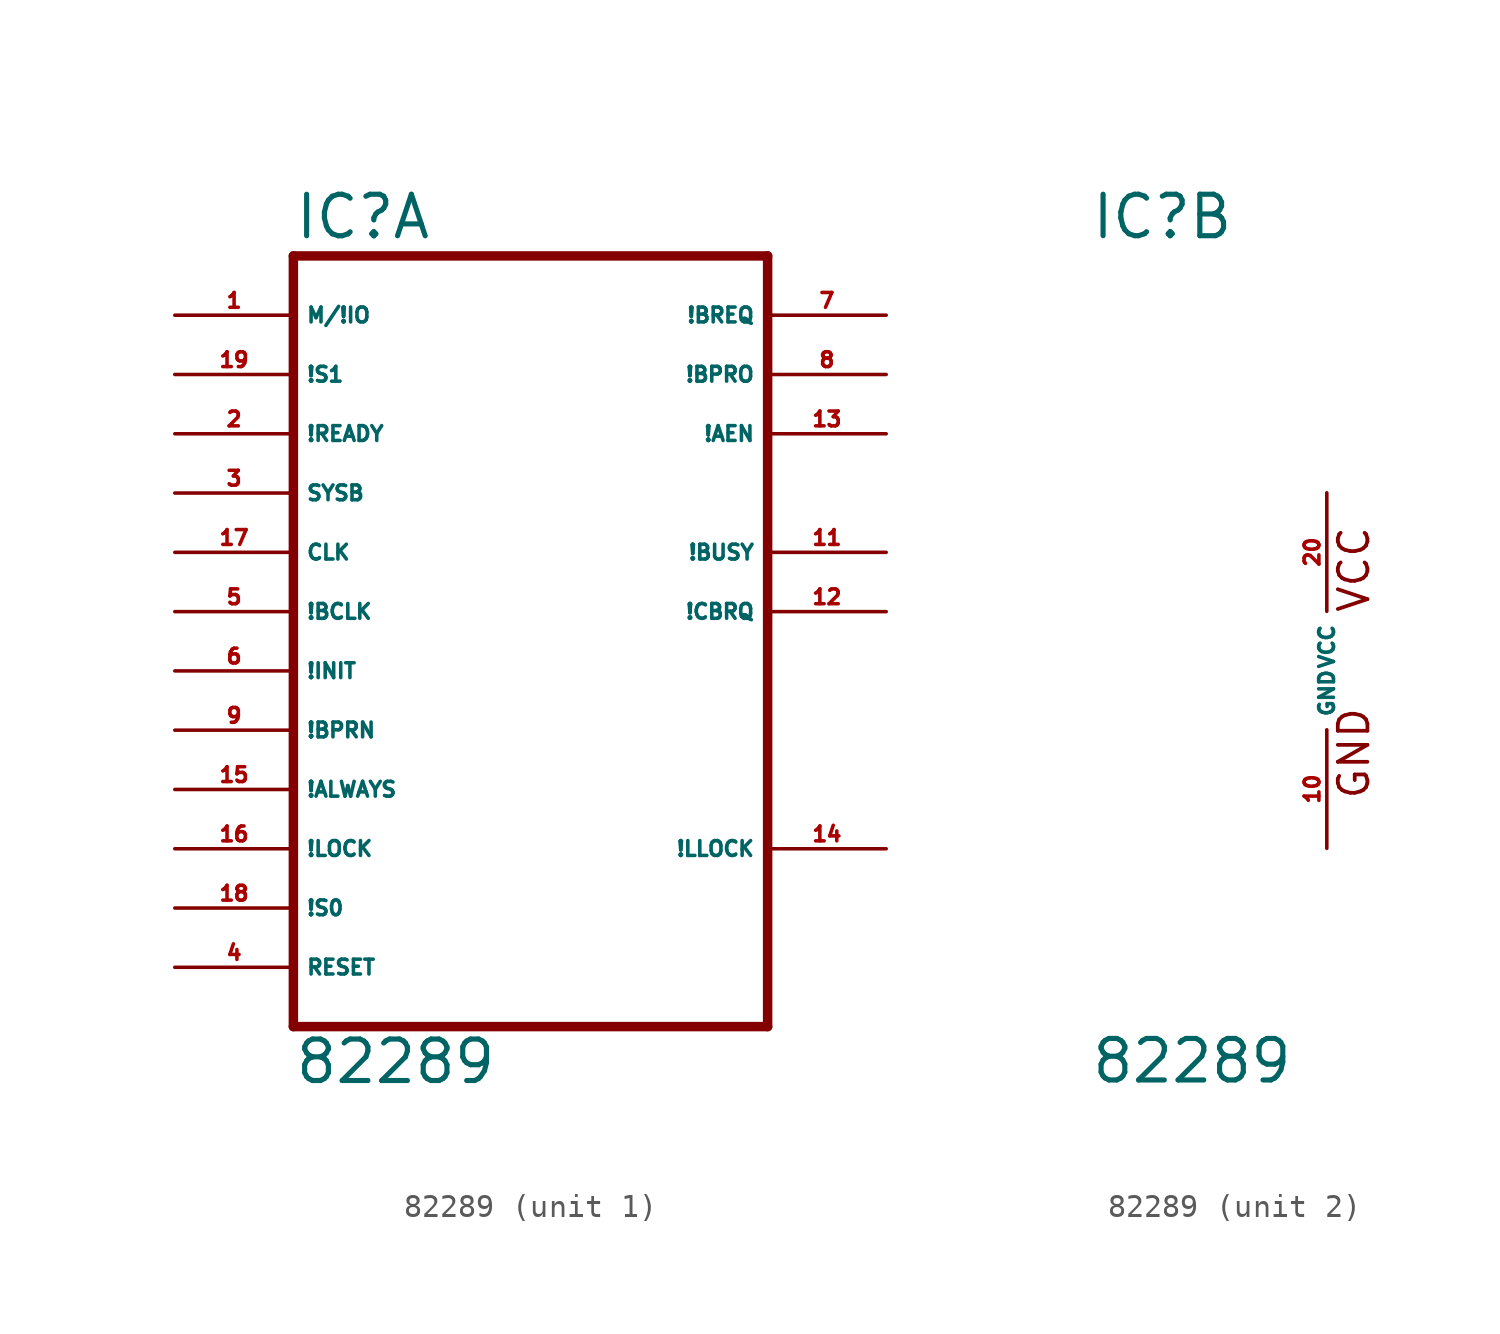
<source format=kicad_sym>
(kicad_symbol_lib
  (version 20220914)
  (generator Eagle2Kicad)
  (symbol "82289"
    (property "Reference" "IC"
      (at -10.16 18.415 0)
      (effects (font (size 1.778 1.778) (thickness 0.22)) (justify left bottom)))
    (property "Value" "82289"
      (at -10.16 -17.78 0)
      (effects (font (size 1.778 1.778) (thickness 0.22)) (justify left bottom)))
    (symbol "82289_1_0"
      (polyline (pts (xy -10.16 -15.24) (xy 10.16 -15.24)) (stroke (width 0.406) (type default)) (fill (type none)))
      (polyline (pts (xy 10.16 -15.24) (xy 10.16 17.78)) (stroke (width 0.406) (type default)) (fill (type none)))
      (polyline (pts (xy 10.16 17.78) (xy -10.16 17.78)) (stroke (width 0.406) (type default)) (fill (type none)))
      (polyline (pts (xy -10.16 17.78) (xy -10.16 -15.24)) (stroke (width 0.406) (type default)) (fill (type none)))
      (pin input line (at -15.24 15.24 0) (length 5.08) (name "M/!IO" (effects (font (size 0.635 0.635) (thickness 0.08)) (justify left bottom))) (number "1" (effects (font (size 0.635 0.635) (thickness 0.08)) (justify left bottom))))
      (pin input line (at -15.24 12.7 0) (length 5.08) (name "!S1" (effects (font (size 0.635 0.635) (thickness 0.08)) (justify left bottom))) (number "19" (effects (font (size 0.635 0.635) (thickness 0.08)) (justify left bottom))))
      (pin input line (at -15.24 10.16 0) (length 5.08) (name "!READY" (effects (font (size 0.635 0.635) (thickness 0.08)) (justify left bottom))) (number "2" (effects (font (size 0.635 0.635) (thickness 0.08)) (justify left bottom))))
      (pin input line (at -15.24 7.62 0) (length 5.08) (name "SYSB" (effects (font (size 0.635 0.635) (thickness 0.08)) (justify left bottom))) (number "3" (effects (font (size 0.635 0.635) (thickness 0.08)) (justify left bottom))))
      (pin input line (at -15.24 5.08 0) (length 5.08) (name "CLK" (effects (font (size 0.635 0.635) (thickness 0.08)) (justify left bottom))) (number "17" (effects (font (size 0.635 0.635) (thickness 0.08)) (justify left bottom))))
      (pin input line (at -15.24 2.54 0) (length 5.08) (name "!BCLK" (effects (font (size 0.635 0.635) (thickness 0.08)) (justify left bottom))) (number "5" (effects (font (size 0.635 0.635) (thickness 0.08)) (justify left bottom))))
      (pin input line (at -15.24 0 0) (length 5.08) (name "!INIT" (effects (font (size 0.635 0.635) (thickness 0.08)) (justify left bottom))) (number "6" (effects (font (size 0.635 0.635) (thickness 0.08)) (justify left bottom))))
      (pin input line (at -15.24 -2.54 0) (length 5.08) (name "!BPRN" (effects (font (size 0.635 0.635) (thickness 0.08)) (justify left bottom))) (number "9" (effects (font (size 0.635 0.635) (thickness 0.08)) (justify left bottom))))
      (pin input line (at -15.24 -5.08 0) (length 5.08) (name "!ALWAYS" (effects (font (size 0.635 0.635) (thickness 0.08)) (justify left bottom))) (number "15" (effects (font (size 0.635 0.635) (thickness 0.08)) (justify left bottom))))
      (pin input line (at -15.24 -7.62 0) (length 5.08) (name "!LOCK" (effects (font (size 0.635 0.635) (thickness 0.08)) (justify left bottom))) (number "16" (effects (font (size 0.635 0.635) (thickness 0.08)) (justify left bottom))))
      (pin input line (at -15.24 -10.16 0) (length 5.08) (name "!S0" (effects (font (size 0.635 0.635) (thickness 0.08)) (justify left bottom))) (number "18" (effects (font (size 0.635 0.635) (thickness 0.08)) (justify left bottom))))
      (pin input line (at -15.24 -12.7 0) (length 5.08) (name "RESET" (effects (font (size 0.635 0.635) (thickness 0.08)) (justify left bottom))) (number "4" (effects (font (size 0.635 0.635) (thickness 0.08)) (justify left bottom))))
      (pin output line (at 15.24 15.24 180) (length 5.08) (name "!BREQ" (effects (font (size 0.635 0.635) (thickness 0.08)) (justify left bottom))) (number "7" (effects (font (size 0.635 0.635) (thickness 0.08)) (justify left bottom))))
      (pin output line (at 15.24 12.7 180) (length 5.08) (name "!BPRO" (effects (font (size 0.635 0.635) (thickness 0.08)) (justify left bottom))) (number "8" (effects (font (size 0.635 0.635) (thickness 0.08)) (justify left bottom))))
      (pin output line (at 15.24 -7.62 180) (length 5.08) (name "!LLOCK" (effects (font (size 0.635 0.635) (thickness 0.08)) (justify left bottom))) (number "14" (effects (font (size 0.635 0.635) (thickness 0.08)) (justify left bottom))))
      (pin output line (at 15.24 10.16 180) (length 5.08) (name "!AEN" (effects (font (size 0.635 0.635) (thickness 0.08)) (justify left bottom))) (number "13" (effects (font (size 0.635 0.635) (thickness 0.08)) (justify left bottom))))
      (pin bidirectional line (at 15.24 5.08 180) (length 5.08) (name "!BUSY" (effects (font (size 0.635 0.635) (thickness 0.08)) (justify left bottom))) (number "11" (effects (font (size 0.635 0.635) (thickness 0.08)) (justify left bottom))))
      (pin bidirectional line (at 15.24 2.54 180) (length 5.08) (name "!CBRQ" (effects (font (size 0.635 0.635) (thickness 0.08)) (justify left bottom))) (number "12" (effects (font (size 0.635 0.635) (thickness 0.08)) (justify left bottom)))))
    (symbol "82289_2_0"
      (text "GND" (at 1.905 -5.588 900) (effects (font (size 1.27 1.27) (thickness 0.16)) (justify left bottom)))
      (text "VCC" (at 1.905 2.413 900) (effects (font (size 1.27 1.27) (thickness 0.16)) (justify left bottom)))
      (pin unspecified line (at 0 7.62 270) (length 5.08) (name "VCC" (effects (font (size 0.635 0.635) (thickness 0.08)) (justify left bottom))) (number "20" (effects (font (size 0.635 0.635) (thickness 0.08)) (justify left bottom))))
      (pin unspecified line (at 0 -7.62 90) (length 5.08) (name "GND" (effects (font (size 0.635 0.635) (thickness 0.08)) (justify left bottom))) (number "10" (effects (font (size 0.635 0.635) (thickness 0.08)) (justify left bottom)))))))
</source>
